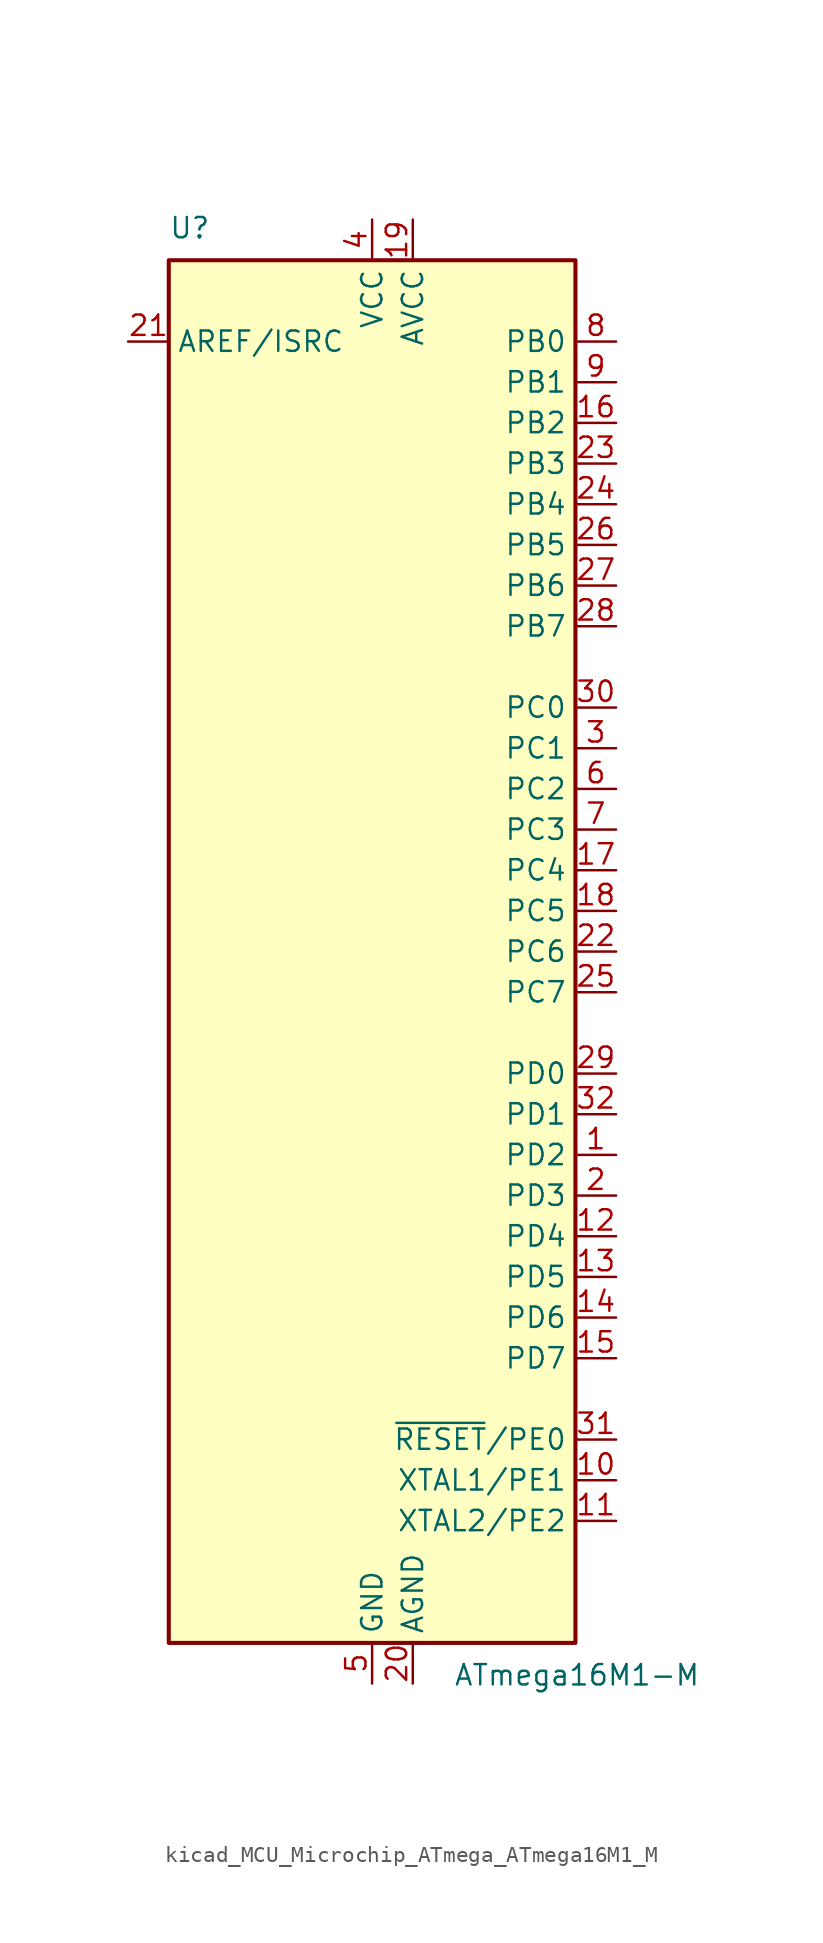
<source format=kicad_sym>
(kicad_symbol_lib
  (version 20220914)
  (generator kicad_symbol_editor)
  (symbol "kicad_MCU_Microchip_ATmega_ATmega16M1_M"
    (property "Reference" "U"
      (at -12.7 44.45 0)
      (effects (font (size 1.27 1.27)) (justify left bottom)))
    (property "Value" "ATmega16M1-M"
      (at 5.08 -44.45 0)
      (effects (font (size 1.27 1.27)) (justify left top)))
    (symbol "kicad_MCU_Microchip_ATmega_ATmega16M1_M_0_1"
      (rectangle (start -12.7 -43.18) (end 12.7 43.18) (stroke (width 0.254) (type default)) (fill (type background))))
    (symbol "kicad_MCU_Microchip_ATmega_ATmega16M1_M_1_1"
      (pin bidirectional line (at 15.24 -12.7 180) (length 2.54) (name "PD2" (effects (font (size 1.27 1.27)))) (number "1" (effects (font (size 1.27 1.27)))))
      (pin bidirectional line (at 15.24 -33.02 180) (length 2.54) (name "XTAL1/PE1" (effects (font (size 1.27 1.27)))) (number "10" (effects (font (size 1.27 1.27)))))
      (pin bidirectional line (at 15.24 -35.56 180) (length 2.54) (name "XTAL2/PE2" (effects (font (size 1.27 1.27)))) (number "11" (effects (font (size 1.27 1.27)))))
      (pin bidirectional line (at 15.24 -17.78 180) (length 2.54) (name "PD4" (effects (font (size 1.27 1.27)))) (number "12" (effects (font (size 1.27 1.27)))))
      (pin bidirectional line (at 15.24 -20.32 180) (length 2.54) (name "PD5" (effects (font (size 1.27 1.27)))) (number "13" (effects (font (size 1.27 1.27)))))
      (pin bidirectional line (at 15.24 -22.86 180) (length 2.54) (name "PD6" (effects (font (size 1.27 1.27)))) (number "14" (effects (font (size 1.27 1.27)))))
      (pin bidirectional line (at 15.24 -25.4 180) (length 2.54) (name "PD7" (effects (font (size 1.27 1.27)))) (number "15" (effects (font (size 1.27 1.27)))))
      (pin bidirectional line (at 15.24 33.02 180) (length 2.54) (name "PB2" (effects (font (size 1.27 1.27)))) (number "16" (effects (font (size 1.27 1.27)))))
      (pin bidirectional line (at 15.24 5.08 180) (length 2.54) (name "PC4" (effects (font (size 1.27 1.27)))) (number "17" (effects (font (size 1.27 1.27)))))
      (pin bidirectional line (at 15.24 2.54 180) (length 2.54) (name "PC5" (effects (font (size 1.27 1.27)))) (number "18" (effects (font (size 1.27 1.27)))))
      (pin power_in line (at 2.54 45.72 270) (length 2.54) (name "AVCC" (effects (font (size 1.27 1.27)))) (number "19" (effects (font (size 1.27 1.27)))))
      (pin bidirectional line (at 15.24 -15.24 180) (length 2.54) (name "PD3" (effects (font (size 1.27 1.27)))) (number "2" (effects (font (size 1.27 1.27)))))
      (pin power_in line (at 2.54 -45.72 90) (length 2.54) (name "AGND" (effects (font (size 1.27 1.27)))) (number "20" (effects (font (size 1.27 1.27)))))
      (pin passive line (at -15.24 38.1 0) (length 2.54) (name "AREF/ISRC" (effects (font (size 1.27 1.27)))) (number "21" (effects (font (size 1.27 1.27)))))
      (pin bidirectional line (at 15.24 0 180) (length 2.54) (name "PC6" (effects (font (size 1.27 1.27)))) (number "22" (effects (font (size 1.27 1.27)))))
      (pin bidirectional line (at 15.24 30.48 180) (length 2.54) (name "PB3" (effects (font (size 1.27 1.27)))) (number "23" (effects (font (size 1.27 1.27)))))
      (pin bidirectional line (at 15.24 27.94 180) (length 2.54) (name "PB4" (effects (font (size 1.27 1.27)))) (number "24" (effects (font (size 1.27 1.27)))))
      (pin bidirectional line (at 15.24 -2.54 180) (length 2.54) (name "PC7" (effects (font (size 1.27 1.27)))) (number "25" (effects (font (size 1.27 1.27)))))
      (pin bidirectional line (at 15.24 25.4 180) (length 2.54) (name "PB5" (effects (font (size 1.27 1.27)))) (number "26" (effects (font (size 1.27 1.27)))))
      (pin bidirectional line (at 15.24 22.86 180) (length 2.54) (name "PB6" (effects (font (size 1.27 1.27)))) (number "27" (effects (font (size 1.27 1.27)))))
      (pin bidirectional line (at 15.24 20.32 180) (length 2.54) (name "PB7" (effects (font (size 1.27 1.27)))) (number "28" (effects (font (size 1.27 1.27)))))
      (pin bidirectional line (at 15.24 -7.62 180) (length 2.54) (name "PD0" (effects (font (size 1.27 1.27)))) (number "29" (effects (font (size 1.27 1.27)))))
      (pin bidirectional line (at 15.24 12.7 180) (length 2.54) (name "PC1" (effects (font (size 1.27 1.27)))) (number "3" (effects (font (size 1.27 1.27)))))
      (pin bidirectional line (at 15.24 15.24 180) (length 2.54) (name "PC0" (effects (font (size 1.27 1.27)))) (number "30" (effects (font (size 1.27 1.27)))))
      (pin bidirectional line (at 15.24 -30.48 180) (length 2.54) (name "~{RESET}/PE0" (effects (font (size 1.27 1.27)))) (number "31" (effects (font (size 1.27 1.27)))))
      (pin bidirectional line (at 15.24 -10.16 180) (length 2.54) (name "PD1" (effects (font (size 1.27 1.27)))) (number "32" (effects (font (size 1.27 1.27)))))
      (pin passive line (at 0 -45.72 90) (length 2.54) hide (name "GND" (effects (font (size 1.27 1.27)))) (number "33" (effects (font (size 1.27 1.27)))))
      (pin power_in line (at 0 45.72 270) (length 2.54) (name "VCC" (effects (font (size 1.27 1.27)))) (number "4" (effects (font (size 1.27 1.27)))))
      (pin power_in line (at 0 -45.72 90) (length 2.54) (name "GND" (effects (font (size 1.27 1.27)))) (number "5" (effects (font (size 1.27 1.27)))))
      (pin bidirectional line (at 15.24 10.16 180) (length 2.54) (name "PC2" (effects (font (size 1.27 1.27)))) (number "6" (effects (font (size 1.27 1.27)))))
      (pin bidirectional line (at 15.24 7.62 180) (length 2.54) (name "PC3" (effects (font (size 1.27 1.27)))) (number "7" (effects (font (size 1.27 1.27)))))
      (pin bidirectional line (at 15.24 38.1 180) (length 2.54) (name "PB0" (effects (font (size 1.27 1.27)))) (number "8" (effects (font (size 1.27 1.27)))))
      (pin bidirectional line (at 15.24 35.56 180) (length 2.54) (name "PB1" (effects (font (size 1.27 1.27)))) (number "9" (effects (font (size 1.27 1.27))))))))
</source>
